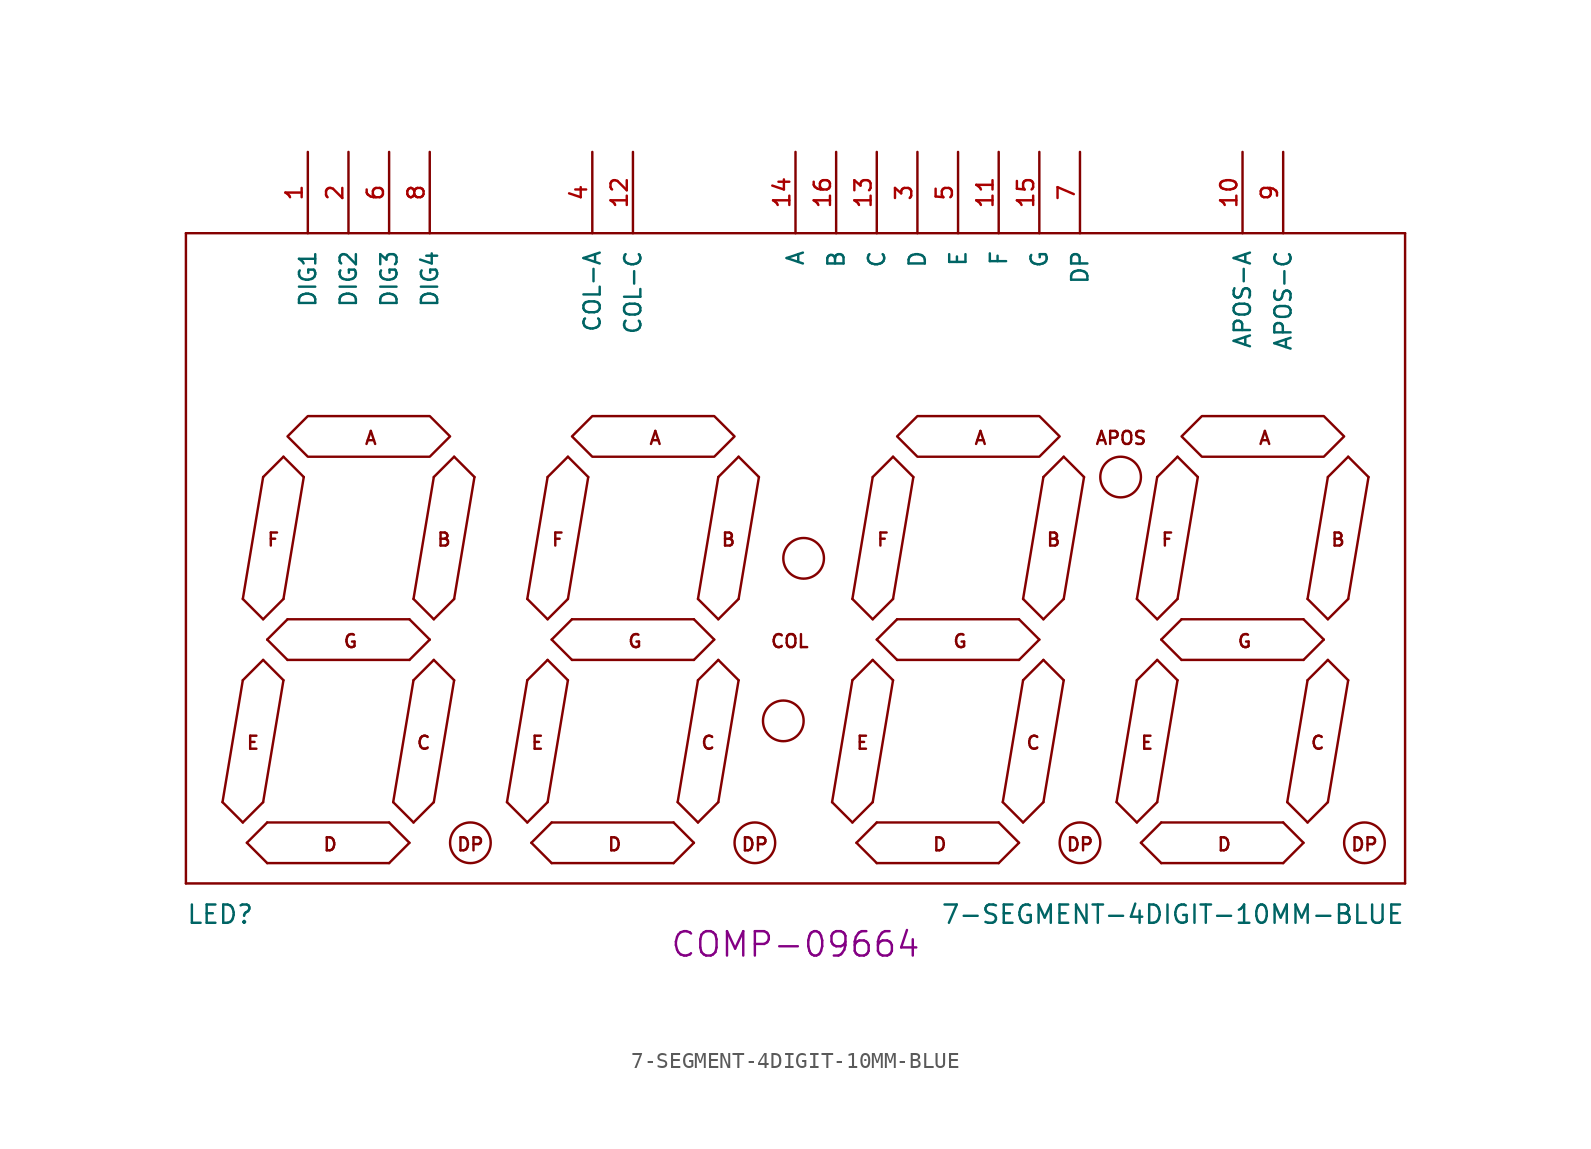
<source format=kicad_sym>
(kicad_symbol_lib
  (version 20220914)
  (generator kicad_symbol_editor)
  (symbol "7-SEGMENT-4DIGIT-10MM-BLUE"
    (pin_names
      (offset 1.016))
    (property "Reference" "LED"
      (at -38.1 -19.05 0)
      (effects (font (size 1.143 1.143)) (justify left top)))
    (property "Value" "7-SEGMENT-4DIGIT-10MM-BLUE"
      (at 38.1 -19.05 0)
      (effects (font (size 1.143 1.143)) (justify right top)))
    (property "Field4" "COMP-09664"
      (at 0 -21.59 0)
      (effects (font (size 1.524 1.524))))
    (property "ki_locked" ""
      (at 0 0 0)
      (effects (font (size 1.27 1.27))))
    (symbol "7-SEGMENT-4DIGIT-10MM-BLUE_1_0"
      (polyline (pts (xy -38.1 -17.78) (xy -38.1 22.86)) (stroke (width 0) (type solid)) (fill (type none)))
      (polyline (pts (xy -35.814 -12.7) (xy -34.544 -13.97)) (stroke (width 0) (type solid)) (fill (type none)))
      (polyline (pts (xy -34.544 -13.97) (xy -33.274 -12.7)) (stroke (width 0) (type solid)) (fill (type none)))
      (polyline (pts (xy -34.544 -5.08) (xy -35.814 -12.7)) (stroke (width 0) (type solid)) (fill (type none)))
      (polyline (pts (xy -34.544 0) (xy -33.274 -1.27)) (stroke (width 0) (type solid)) (fill (type none)))
      (polyline (pts (xy -34.29 -15.24) (xy -33.02 -16.51)) (stroke (width 0) (type solid)) (fill (type none)))
      (polyline (pts (xy -34.29 -15.24) (xy -33.02 -13.97)) (stroke (width 0) (type solid)) (fill (type none)))
      (polyline (pts (xy -33.274 -12.7) (xy -32.004 -5.08)) (stroke (width 0) (type solid)) (fill (type none)))
      (polyline (pts (xy -33.274 -3.81) (xy -34.544 -5.08)) (stroke (width 0) (type solid)) (fill (type none)))
      (polyline (pts (xy -33.274 -3.81) (xy -32.004 -5.08)) (stroke (width 0) (type solid)) (fill (type none)))
      (polyline (pts (xy -33.274 -1.27) (xy -32.004 0)) (stroke (width 0) (type solid)) (fill (type none)))
      (polyline (pts (xy -33.274 7.62) (xy -34.544 0)) (stroke (width 0) (type solid)) (fill (type none)))
      (polyline (pts (xy -33.02 -16.51) (xy -25.4 -16.51)) (stroke (width 0) (type solid)) (fill (type none)))
      (polyline (pts (xy -33.02 -2.54) (xy -31.75 -3.81)) (stroke (width 0) (type solid)) (fill (type none)))
      (polyline (pts (xy -33.02 -2.54) (xy -31.75 -1.27)) (stroke (width 0) (type solid)) (fill (type none)))
      (polyline (pts (xy -32.004 0) (xy -30.734 7.62)) (stroke (width 0) (type solid)) (fill (type none)))
      (polyline (pts (xy -32.004 8.89) (xy -33.274 7.62)) (stroke (width 0) (type solid)) (fill (type none)))
      (polyline (pts (xy -32.004 8.89) (xy -30.734 7.62)) (stroke (width 0) (type solid)) (fill (type none)))
      (polyline (pts (xy -31.75 -3.81) (xy -24.13 -3.81)) (stroke (width 0) (type solid)) (fill (type none)))
      (polyline (pts (xy -25.4 -16.51) (xy -24.13 -15.24)) (stroke (width 0) (type solid)) (fill (type none)))
      (polyline (pts (xy -25.4 -13.97) (xy -33.02 -13.97)) (stroke (width 0) (type solid)) (fill (type none)))
      (polyline (pts (xy -25.146 -12.7) (xy -23.876 -13.97)) (stroke (width 0) (type solid)) (fill (type none)))
      (polyline (pts (xy -24.13 -15.24) (xy -25.4 -13.97)) (stroke (width 0) (type solid)) (fill (type none)))
      (polyline (pts (xy -24.13 -3.81) (xy -22.86 -2.54)) (stroke (width 0) (type solid)) (fill (type none)))
      (polyline (pts (xy -24.13 -1.27) (xy -31.75 -1.27)) (stroke (width 0) (type solid)) (fill (type none)))
      (polyline (pts (xy -23.876 -13.97) (xy -22.606 -12.7)) (stroke (width 0) (type solid)) (fill (type none)))
      (polyline (pts (xy -23.876 -5.08) (xy -25.146 -12.7)) (stroke (width 0) (type solid)) (fill (type none)))
      (polyline (pts (xy -23.876 0) (xy -22.606 -1.27)) (stroke (width 0) (type solid)) (fill (type none)))
      (polyline (pts (xy -22.86 -2.54) (xy -24.13 -1.27)) (stroke (width 0) (type solid)) (fill (type none)))
      (polyline (pts (xy -22.606 -12.7) (xy -21.336 -5.08)) (stroke (width 0) (type solid)) (fill (type none)))
      (polyline (pts (xy -22.606 -3.81) (xy -23.876 -5.08)) (stroke (width 0) (type solid)) (fill (type none)))
      (polyline (pts (xy -22.606 -3.81) (xy -21.336 -5.08)) (stroke (width 0) (type solid)) (fill (type none)))
      (polyline (pts (xy -22.606 -1.27) (xy -21.336 0)) (stroke (width 0) (type solid)) (fill (type none)))
      (polyline (pts (xy -22.606 7.62) (xy -23.876 0)) (stroke (width 0) (type solid)) (fill (type none)))
      (polyline (pts (xy -21.336 0) (xy -20.066 7.62)) (stroke (width 0) (type solid)) (fill (type background)))
      (polyline (pts (xy -21.336 8.89) (xy -22.606 7.62)) (stroke (width 0) (type solid)) (fill (type none)))
      (polyline (pts (xy -21.336 8.89) (xy -20.066 7.62)) (stroke (width 0) (type solid)) (fill (type none)))
      (polyline (pts (xy -18.034 -12.7) (xy -16.764 -13.97)) (stroke (width 0) (type solid)) (fill (type none)))
      (polyline (pts (xy -16.764 -13.97) (xy -15.494 -12.7)) (stroke (width 0) (type solid)) (fill (type none)))
      (polyline (pts (xy -16.764 -5.08) (xy -18.034 -12.7)) (stroke (width 0) (type solid)) (fill (type none)))
      (polyline (pts (xy -16.764 0) (xy -15.494 -1.27)) (stroke (width 0) (type solid)) (fill (type none)))
      (polyline (pts (xy -16.51 -15.24) (xy -15.24 -16.51)) (stroke (width 0) (type solid)) (fill (type none)))
      (polyline (pts (xy -16.51 -15.24) (xy -15.24 -13.97)) (stroke (width 0) (type solid)) (fill (type none)))
      (polyline (pts (xy -15.494 -12.7) (xy -14.224 -5.08)) (stroke (width 0) (type solid)) (fill (type none)))
      (polyline (pts (xy -15.494 -3.81) (xy -16.764 -5.08)) (stroke (width 0) (type solid)) (fill (type none)))
      (polyline (pts (xy -15.494 -3.81) (xy -14.224 -5.08)) (stroke (width 0) (type solid)) (fill (type none)))
      (polyline (pts (xy -15.494 -1.27) (xy -14.224 0)) (stroke (width 0) (type solid)) (fill (type none)))
      (polyline (pts (xy -15.494 7.62) (xy -16.764 0)) (stroke (width 0) (type solid)) (fill (type none)))
      (polyline (pts (xy -15.24 -16.51) (xy -7.62 -16.51)) (stroke (width 0) (type solid)) (fill (type none)))
      (polyline (pts (xy -15.24 -2.54) (xy -13.97 -3.81)) (stroke (width 0) (type solid)) (fill (type none)))
      (polyline (pts (xy -15.24 -2.54) (xy -13.97 -1.27)) (stroke (width 0) (type solid)) (fill (type none)))
      (polyline (pts (xy -14.224 0) (xy -12.954 7.62)) (stroke (width 0) (type solid)) (fill (type none)))
      (polyline (pts (xy -14.224 8.89) (xy -15.494 7.62)) (stroke (width 0) (type solid)) (fill (type none)))
      (polyline (pts (xy -14.224 8.89) (xy -12.954 7.62)) (stroke (width 0) (type solid)) (fill (type none)))
      (polyline (pts (xy -13.97 -3.81) (xy -6.35 -3.81)) (stroke (width 0) (type solid)) (fill (type none)))
      (polyline (pts (xy -7.62 -16.51) (xy -6.35 -15.24)) (stroke (width 0) (type solid)) (fill (type none)))
      (polyline (pts (xy -7.62 -13.97) (xy -15.24 -13.97)) (stroke (width 0) (type solid)) (fill (type none)))
      (polyline (pts (xy -7.366 -12.7) (xy -6.096 -13.97)) (stroke (width 0) (type solid)) (fill (type none)))
      (polyline (pts (xy -6.35 -15.24) (xy -7.62 -13.97)) (stroke (width 0) (type solid)) (fill (type none)))
      (polyline (pts (xy -6.35 -3.81) (xy -5.08 -2.54)) (stroke (width 0) (type solid)) (fill (type none)))
      (polyline (pts (xy -6.35 -1.27) (xy -13.97 -1.27)) (stroke (width 0) (type solid)) (fill (type none)))
      (polyline (pts (xy -6.096 -13.97) (xy -4.826 -12.7)) (stroke (width 0) (type solid)) (fill (type none)))
      (polyline (pts (xy -6.096 -5.08) (xy -7.366 -12.7)) (stroke (width 0) (type solid)) (fill (type none)))
      (polyline (pts (xy -6.096 0) (xy -4.826 -1.27)) (stroke (width 0) (type solid)) (fill (type none)))
      (polyline (pts (xy -5.08 -2.54) (xy -6.35 -1.27)) (stroke (width 0) (type solid)) (fill (type none)))
      (polyline (pts (xy -4.826 -12.7) (xy -3.556 -5.08)) (stroke (width 0) (type solid)) (fill (type none)))
      (polyline (pts (xy -4.826 -3.81) (xy -6.096 -5.08)) (stroke (width 0) (type solid)) (fill (type none)))
      (polyline (pts (xy -4.826 -3.81) (xy -3.556 -5.08)) (stroke (width 0) (type solid)) (fill (type none)))
      (polyline (pts (xy -4.826 -1.27) (xy -3.556 0)) (stroke (width 0) (type solid)) (fill (type none)))
      (polyline (pts (xy -4.826 7.62) (xy -6.096 0)) (stroke (width 0) (type solid)) (fill (type none)))
      (polyline (pts (xy -3.556 0) (xy -2.286 7.62)) (stroke (width 0) (type solid)) (fill (type none)))
      (polyline (pts (xy -3.556 8.89) (xy -4.826 7.62)) (stroke (width 0) (type solid)) (fill (type none)))
      (polyline (pts (xy -3.556 8.89) (xy -2.286 7.62)) (stroke (width 0) (type solid)) (fill (type none)))
      (polyline (pts (xy 2.286 -12.7) (xy 3.556 -13.97)) (stroke (width 0) (type solid)) (fill (type none)))
      (polyline (pts (xy 3.556 -13.97) (xy 4.826 -12.7)) (stroke (width 0) (type solid)) (fill (type none)))
      (polyline (pts (xy 3.556 -5.08) (xy 2.286 -12.7)) (stroke (width 0) (type solid)) (fill (type none)))
      (polyline (pts (xy 3.556 0) (xy 4.826 -1.27)) (stroke (width 0) (type solid)) (fill (type none)))
      (polyline (pts (xy 3.81 -15.24) (xy 5.08 -16.51)) (stroke (width 0) (type solid)) (fill (type none)))
      (polyline (pts (xy 3.81 -15.24) (xy 5.08 -13.97)) (stroke (width 0) (type solid)) (fill (type none)))
      (polyline (pts (xy 4.826 -12.7) (xy 6.096 -5.08)) (stroke (width 0) (type solid)) (fill (type none)))
      (polyline (pts (xy 4.826 -3.81) (xy 3.556 -5.08)) (stroke (width 0) (type solid)) (fill (type none)))
      (polyline (pts (xy 4.826 -3.81) (xy 6.096 -5.08)) (stroke (width 0) (type solid)) (fill (type none)))
      (polyline (pts (xy 4.826 -1.27) (xy 6.096 0)) (stroke (width 0) (type solid)) (fill (type none)))
      (polyline (pts (xy 4.826 7.62) (xy 3.556 0)) (stroke (width 0) (type solid)) (fill (type none)))
      (polyline (pts (xy 5.08 -16.51) (xy 12.7 -16.51)) (stroke (width 0) (type solid)) (fill (type none)))
      (polyline (pts (xy 5.08 -2.54) (xy 6.35 -3.81)) (stroke (width 0) (type solid)) (fill (type none)))
      (polyline (pts (xy 5.08 -2.54) (xy 6.35 -1.27)) (stroke (width 0) (type solid)) (fill (type none)))
      (polyline (pts (xy 6.096 0) (xy 7.366 7.62)) (stroke (width 0) (type solid)) (fill (type none)))
      (polyline (pts (xy 6.096 8.89) (xy 4.826 7.62)) (stroke (width 0) (type solid)) (fill (type none)))
      (polyline (pts (xy 6.096 8.89) (xy 7.366 7.62)) (stroke (width 0) (type solid)) (fill (type none)))
      (polyline (pts (xy 6.35 -3.81) (xy 13.97 -3.81)) (stroke (width 0) (type solid)) (fill (type none)))
      (polyline (pts (xy 12.7 -16.51) (xy 13.97 -15.24)) (stroke (width 0) (type solid)) (fill (type none)))
      (polyline (pts (xy 12.7 -13.97) (xy 5.08 -13.97)) (stroke (width 0) (type solid)) (fill (type none)))
      (polyline (pts (xy 12.954 -12.7) (xy 14.224 -13.97)) (stroke (width 0) (type solid)) (fill (type none)))
      (polyline (pts (xy 13.97 -15.24) (xy 12.7 -13.97)) (stroke (width 0) (type solid)) (fill (type none)))
      (polyline (pts (xy 13.97 -3.81) (xy 15.24 -2.54)) (stroke (width 0) (type solid)) (fill (type none)))
      (polyline (pts (xy 13.97 -1.27) (xy 6.35 -1.27)) (stroke (width 0) (type solid)) (fill (type none)))
      (polyline (pts (xy 14.224 -13.97) (xy 15.494 -12.7)) (stroke (width 0) (type solid)) (fill (type none)))
      (polyline (pts (xy 14.224 -5.08) (xy 12.954 -12.7)) (stroke (width 0) (type solid)) (fill (type none)))
      (polyline (pts (xy 14.224 0) (xy 15.494 -1.27)) (stroke (width 0) (type solid)) (fill (type none)))
      (polyline (pts (xy 15.24 -2.54) (xy 13.97 -1.27)) (stroke (width 0) (type solid)) (fill (type none)))
      (polyline (pts (xy 15.494 -12.7) (xy 16.764 -5.08)) (stroke (width 0) (type solid)) (fill (type none)))
      (polyline (pts (xy 15.494 -3.81) (xy 14.224 -5.08)) (stroke (width 0) (type solid)) (fill (type none)))
      (polyline (pts (xy 15.494 -3.81) (xy 16.764 -5.08)) (stroke (width 0) (type solid)) (fill (type none)))
      (polyline (pts (xy 15.494 -1.27) (xy 16.764 0)) (stroke (width 0) (type solid)) (fill (type none)))
      (polyline (pts (xy 15.494 7.62) (xy 14.224 0)) (stroke (width 0) (type solid)) (fill (type none)))
      (polyline (pts (xy 16.764 0) (xy 18.034 7.62)) (stroke (width 0) (type solid)) (fill (type none)))
      (polyline (pts (xy 16.764 8.89) (xy 15.494 7.62)) (stroke (width 0) (type solid)) (fill (type none)))
      (polyline (pts (xy 16.764 8.89) (xy 18.034 7.62)) (stroke (width 0) (type solid)) (fill (type none)))
      (polyline (pts (xy 20.066 -12.7) (xy 21.336 -13.97)) (stroke (width 0) (type solid)) (fill (type none)))
      (polyline (pts (xy 21.336 -13.97) (xy 22.606 -12.7)) (stroke (width 0) (type solid)) (fill (type none)))
      (polyline (pts (xy 21.336 -5.08) (xy 20.066 -12.7)) (stroke (width 0) (type solid)) (fill (type none)))
      (polyline (pts (xy 21.336 0) (xy 22.606 -1.27)) (stroke (width 0) (type solid)) (fill (type none)))
      (polyline (pts (xy 21.59 -15.24) (xy 22.86 -16.51)) (stroke (width 0) (type solid)) (fill (type none)))
      (polyline (pts (xy 21.59 -15.24) (xy 22.86 -13.97)) (stroke (width 0) (type solid)) (fill (type none)))
      (polyline (pts (xy 22.606 -12.7) (xy 23.876 -5.08)) (stroke (width 0) (type solid)) (fill (type none)))
      (polyline (pts (xy 22.606 -3.81) (xy 21.336 -5.08)) (stroke (width 0) (type solid)) (fill (type none)))
      (polyline (pts (xy 22.606 -3.81) (xy 23.876 -5.08)) (stroke (width 0) (type solid)) (fill (type none)))
      (polyline (pts (xy 22.606 -1.27) (xy 23.876 0)) (stroke (width 0) (type solid)) (fill (type none)))
      (polyline (pts (xy 22.606 7.62) (xy 21.336 0)) (stroke (width 0) (type solid)) (fill (type none)))
      (polyline (pts (xy 22.86 -16.51) (xy 30.48 -16.51)) (stroke (width 0) (type solid)) (fill (type none)))
      (polyline (pts (xy 22.86 -2.54) (xy 24.13 -3.81)) (stroke (width 0) (type solid)) (fill (type none)))
      (polyline (pts (xy 22.86 -2.54) (xy 24.13 -1.27)) (stroke (width 0) (type solid)) (fill (type none)))
      (polyline (pts (xy 23.876 0) (xy 25.146 7.62)) (stroke (width 0) (type solid)) (fill (type none)))
      (polyline (pts (xy 23.876 8.89) (xy 22.606 7.62)) (stroke (width 0) (type solid)) (fill (type none)))
      (polyline (pts (xy 23.876 8.89) (xy 25.146 7.62)) (stroke (width 0) (type solid)) (fill (type none)))
      (polyline (pts (xy 24.13 -3.81) (xy 31.75 -3.81)) (stroke (width 0) (type solid)) (fill (type none)))
      (polyline (pts (xy 30.48 -16.51) (xy 31.75 -15.24)) (stroke (width 0) (type solid)) (fill (type none)))
      (polyline (pts (xy 30.48 -13.97) (xy 22.86 -13.97)) (stroke (width 0) (type solid)) (fill (type none)))
      (polyline (pts (xy 30.734 -12.7) (xy 32.004 -13.97)) (stroke (width 0) (type solid)) (fill (type none)))
      (polyline (pts (xy 31.75 -15.24) (xy 30.48 -13.97)) (stroke (width 0) (type solid)) (fill (type none)))
      (polyline (pts (xy 31.75 -3.81) (xy 33.02 -2.54)) (stroke (width 0) (type solid)) (fill (type none)))
      (polyline (pts (xy 31.75 -1.27) (xy 24.13 -1.27)) (stroke (width 0) (type solid)) (fill (type none)))
      (polyline (pts (xy 32.004 -13.97) (xy 33.274 -12.7)) (stroke (width 0) (type solid)) (fill (type none)))
      (polyline (pts (xy 32.004 -5.08) (xy 30.734 -12.7)) (stroke (width 0) (type solid)) (fill (type none)))
      (polyline (pts (xy 32.004 0) (xy 33.274 -1.27)) (stroke (width 0) (type solid)) (fill (type none)))
      (polyline (pts (xy 33.02 -2.54) (xy 31.75 -1.27)) (stroke (width 0) (type solid)) (fill (type none)))
      (polyline (pts (xy 33.274 -12.7) (xy 34.544 -5.08)) (stroke (width 0) (type solid)) (fill (type none)))
      (polyline (pts (xy 33.274 -3.81) (xy 32.004 -5.08)) (stroke (width 0) (type solid)) (fill (type none)))
      (polyline (pts (xy 33.274 -3.81) (xy 34.544 -5.08)) (stroke (width 0) (type solid)) (fill (type none)))
      (polyline (pts (xy 33.274 -1.27) (xy 34.544 0)) (stroke (width 0) (type solid)) (fill (type none)))
      (polyline (pts (xy 33.274 7.62) (xy 32.004 0)) (stroke (width 0) (type solid)) (fill (type none)))
      (polyline (pts (xy 34.544 0) (xy 35.814 7.62)) (stroke (width 0) (type solid)) (fill (type none)))
      (polyline (pts (xy 34.544 8.89) (xy 33.274 7.62)) (stroke (width 0) (type solid)) (fill (type none)))
      (polyline (pts (xy 34.544 8.89) (xy 35.814 7.62)) (stroke (width 0) (type solid)) (fill (type none)))
      (polyline (pts (xy 38.1 -17.78) (xy -38.1 -17.78)) (stroke (width 0) (type solid)) (fill (type none)))
      (polyline (pts (xy 38.1 22.86) (xy -38.1 22.86)) (stroke (width 0) (type solid)) (fill (type none)))
      (polyline (pts (xy 38.1 22.86) (xy 38.1 -17.78)) (stroke (width 0) (type solid)) (fill (type none)))
      (text "A" (at -26.543 10.058 0) (effects (font (size 0.813 0.813))))
      (text "A" (at -8.763 10.058 0) (effects (font (size 0.813 0.813))))
      (text "A" (at 11.557 10.058 0) (effects (font (size 0.813 0.813))))
      (text "A" (at 29.337 10.058 0) (effects (font (size 0.813 0.813))))
      (text "APOS" (at 20.345 10.058 0) (effects (font (size 0.813 0.813))))
      (text "B" (at -21.971 3.708 0) (effects (font (size 0.813 0.813))))
      (text "B" (at -4.191 3.708 0) (effects (font (size 0.813 0.813))))
      (text "B" (at 16.129 3.708 0) (effects (font (size 0.813 0.813))))
      (text "B" (at 33.909 3.708 0) (effects (font (size 0.813 0.813))))
      (text "C" (at -23.241 -8.992 0) (effects (font (size 0.813 0.813))))
      (text "C" (at -5.461 -8.992 0) (effects (font (size 0.813 0.813))))
      (text "C" (at 14.859 -8.992 0) (effects (font (size 0.813 0.813))))
      (text "C" (at 32.639 -8.992 0) (effects (font (size 0.813 0.813))))
      (text "COL" (at -0.356 -2.642 0) (effects (font (size 0.813 0.813))))
      (text "D" (at -29.083 -15.342 0) (effects (font (size 0.813 0.813))))
      (text "D" (at -11.303 -15.342 0) (effects (font (size 0.813 0.813))))
      (text "D" (at 9.017 -15.342 0) (effects (font (size 0.813 0.813))))
      (text "D" (at 26.797 -15.342 0) (effects (font (size 0.813 0.813))))
      (text "DP" (at -20.32 -15.342 0) (effects (font (size 0.813 0.813))))
      (text "DP" (at -2.54 -15.342 0) (effects (font (size 0.813 0.813))))
      (text "DP" (at 17.78 -15.342 0) (effects (font (size 0.813 0.813))))
      (text "DP" (at 35.56 -15.342 0) (effects (font (size 0.813 0.813))))
      (text "E" (at -33.909 -8.992 0) (effects (font (size 0.813 0.813))))
      (text "E" (at -16.129 -8.992 0) (effects (font (size 0.813 0.813))))
      (text "E" (at 4.191 -8.992 0) (effects (font (size 0.813 0.813))))
      (text "E" (at 21.971 -8.992 0) (effects (font (size 0.813 0.813))))
      (text "F" (at -32.639 3.708 0) (effects (font (size 0.813 0.813))))
      (text "F" (at -14.859 3.708 0) (effects (font (size 0.813 0.813))))
      (text "F" (at 5.461 3.708 0) (effects (font (size 0.813 0.813))))
      (text "F" (at 23.241 3.708 0) (effects (font (size 0.813 0.813))))
      (text "G" (at -27.813 -2.642 0) (effects (font (size 0.813 0.813))))
      (text "G" (at -10.033 -2.642 0) (effects (font (size 0.813 0.813))))
      (text "G" (at 10.287 -2.642 0) (effects (font (size 0.813 0.813))))
      (text "G" (at 28.067 -2.642 0) (effects (font (size 0.813 0.813)))))
    (symbol "7-SEGMENT-4DIGIT-10MM-BLUE_1_1"
      (circle (center -20.32 -15.24) (radius 1.27) (stroke (width 0) (type solid)) (fill (type none)))
      (circle (center -2.54 -15.24) (radius 1.27) (stroke (width 0) (type solid)) (fill (type none)))
      (circle (center -0.762 -7.62) (radius 1.27) (stroke (width 0) (type solid)) (fill (type none)))
      (polyline (pts (xy -22.86 11.43) (xy -21.59 10.16) (xy -22.86 8.89) (xy -30.48 8.89) (xy -31.75 10.16) (xy -30.48 11.43) (xy -22.86 11.43)) (stroke (width 0) (type solid)) (fill (type none)))
      (polyline (pts (xy -5.08 11.43) (xy -3.81 10.16) (xy -5.08 8.89) (xy -12.7 8.89) (xy -13.97 10.16) (xy -12.7 11.43) (xy -5.08 11.43)) (stroke (width 0) (type solid)) (fill (type none)))
      (polyline (pts (xy 15.24 11.43) (xy 16.51 10.16) (xy 15.24 8.89) (xy 7.62 8.89) (xy 6.35 10.16) (xy 7.62 11.43) (xy 15.24 11.43)) (stroke (width 0) (type solid)) (fill (type none)))
      (polyline (pts (xy 33.02 11.43) (xy 34.29 10.16) (xy 33.02 8.89) (xy 25.4 8.89) (xy 24.13 10.16) (xy 25.4 11.43) (xy 33.02 11.43)) (stroke (width 0) (type solid)) (fill (type none)))
      (circle (center 0.508 2.54) (radius 1.27) (stroke (width 0) (type solid)) (fill (type none)))
      (circle (center 17.78 -15.24) (radius 1.27) (stroke (width 0) (type solid)) (fill (type none)))
      (circle (center 20.32 7.62) (radius 1.27) (stroke (width 0) (type solid)) (fill (type none)))
      (circle (center 35.56 -15.24) (radius 1.27) (stroke (width 0) (type solid)) (fill (type none)))
      (pin bidirectional line (at -30.48 27.94 270) (length 5.08) (name "DIG1" (effects (font (size 1.016 1.016)))) (number "1" (effects (font (size 1.016 1.016)))))
      (pin bidirectional line (at 27.94 27.94 270) (length 5.08) (name "APOS-A" (effects (font (size 1.016 1.016)))) (number "10" (effects (font (size 1.016 1.016)))))
      (pin bidirectional line (at 12.7 27.94 270) (length 5.08) (name "F" (effects (font (size 1.016 1.016)))) (number "11" (effects (font (size 1.016 1.016)))))
      (pin bidirectional line (at -10.16 27.94 270) (length 5.08) (name "COL-C" (effects (font (size 1.016 1.016)))) (number "12" (effects (font (size 1.016 1.016)))))
      (pin bidirectional line (at 5.08 27.94 270) (length 5.08) (name "C" (effects (font (size 1.016 1.016)))) (number "13" (effects (font (size 1.016 1.016)))))
      (pin bidirectional line (at 0 27.94 270) (length 5.08) (name "A" (effects (font (size 1.016 1.016)))) (number "14" (effects (font (size 1.016 1.016)))))
      (pin bidirectional line (at 15.24 27.94 270) (length 5.08) (name "G" (effects (font (size 1.016 1.016)))) (number "15" (effects (font (size 1.016 1.016)))))
      (pin bidirectional line (at 2.54 27.94 270) (length 5.08) (name "B" (effects (font (size 1.016 1.016)))) (number "16" (effects (font (size 1.016 1.016)))))
      (pin bidirectional line (at -27.94 27.94 270) (length 5.08) (name "DIG2" (effects (font (size 1.016 1.016)))) (number "2" (effects (font (size 1.016 1.016)))))
      (pin bidirectional line (at 7.62 27.94 270) (length 5.08) (name "D" (effects (font (size 1.016 1.016)))) (number "3" (effects (font (size 1.016 1.016)))))
      (pin bidirectional line (at -12.7 27.94 270) (length 5.08) (name "COL-A" (effects (font (size 1.016 1.016)))) (number "4" (effects (font (size 1.016 1.016)))))
      (pin bidirectional line (at 10.16 27.94 270) (length 5.08) (name "E" (effects (font (size 1.016 1.016)))) (number "5" (effects (font (size 1.016 1.016)))))
      (pin bidirectional line (at -25.4 27.94 270) (length 5.08) (name "DIG3" (effects (font (size 1.016 1.016)))) (number "6" (effects (font (size 1.016 1.016)))))
      (pin bidirectional line (at 17.78 27.94 270) (length 5.08) (name "DP" (effects (font (size 1.016 1.016)))) (number "7" (effects (font (size 1.016 1.016)))))
      (pin bidirectional line (at -22.86 27.94 270) (length 5.08) (name "DIG4" (effects (font (size 1.016 1.016)))) (number "8" (effects (font (size 1.016 1.016)))))
      (pin bidirectional line (at 30.48 27.94 270) (length 5.08) (name "APOS-C" (effects (font (size 1.016 1.016)))) (number "9" (effects (font (size 1.016 1.016))))))))
</source>
